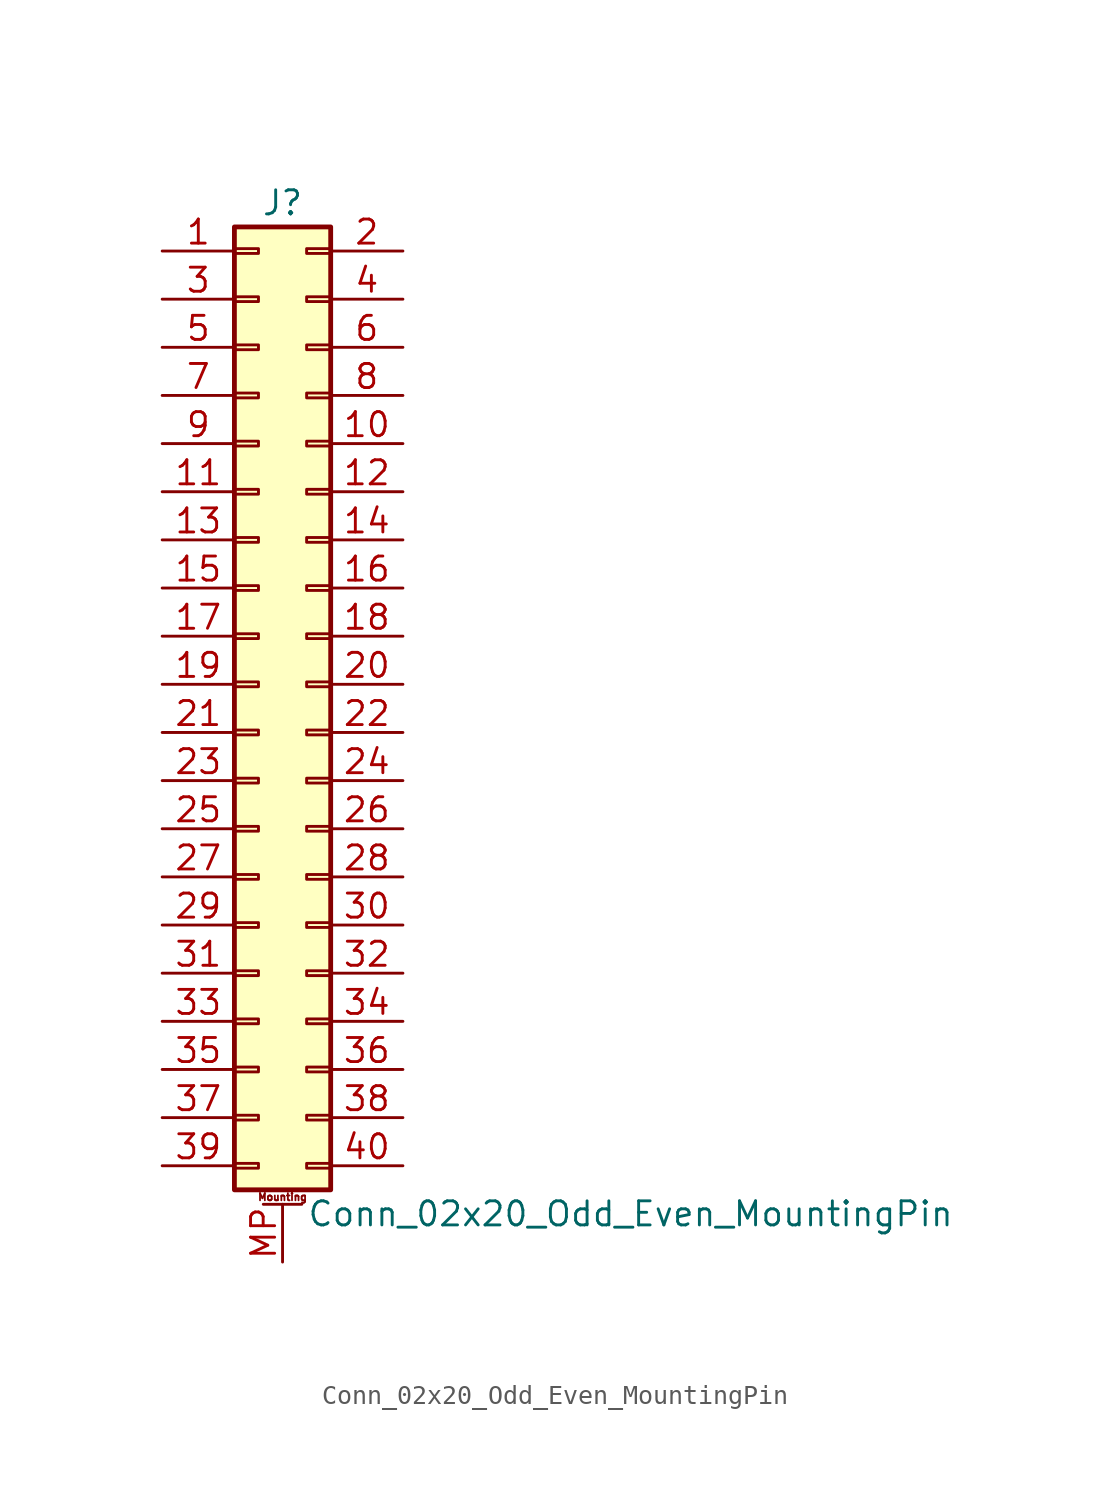
<source format=kicad_sym>
(kicad_symbol_lib
  (version 20201005)
  (generator kicad_symbol_editor)
  (symbol "Conn_02x20_Odd_Even_MountingPin"
    (pin_names
      (offset 1.016) hide)
    (property "Reference" "J"
      (at 1.27 25.4 0)
      (effects (font (size 1.27 1.27))))
    (property "Value" "Conn_02x20_Odd_Even_MountingPin"
      (at 2.54 -27.94 0)
      (effects (font (size 1.27 1.27)) (justify left)))
    (symbol "Conn_02x20_Odd_Even_MountingPin_1_1"
      (text "Mounting" (at 1.27 -27.051 0) (effects (font (size 0.381 0.381))))
      (rectangle (start -1.27 -25.273) (end 0 -25.527) (stroke (width 0.152)) (fill (type none)))
      (rectangle (start -1.27 -22.733) (end 0 -22.987) (stroke (width 0.152)) (fill (type none)))
      (rectangle (start -1.27 -20.193) (end 0 -20.447) (stroke (width 0.152)) (fill (type none)))
      (rectangle (start -1.27 -17.653) (end 0 -17.907) (stroke (width 0.152)) (fill (type none)))
      (rectangle (start -1.27 -15.113) (end 0 -15.367) (stroke (width 0.152)) (fill (type none)))
      (rectangle (start -1.27 -12.573) (end 0 -12.827) (stroke (width 0.152)) (fill (type none)))
      (rectangle (start -1.27 -10.033) (end 0 -10.287) (stroke (width 0.152)) (fill (type none)))
      (rectangle (start -1.27 -7.493) (end 0 -7.747) (stroke (width 0.152)) (fill (type none)))
      (rectangle (start -1.27 -4.953) (end 0 -5.207) (stroke (width 0.152)) (fill (type none)))
      (rectangle (start -1.27 -2.413) (end 0 -2.667) (stroke (width 0.152)) (fill (type none)))
      (rectangle (start -1.27 0.127) (end 0 -0.127) (stroke (width 0.152)) (fill (type none)))
      (rectangle (start -1.27 2.667) (end 0 2.413) (stroke (width 0.152)) (fill (type none)))
      (rectangle (start -1.27 5.207) (end 0 4.953) (stroke (width 0.152)) (fill (type none)))
      (rectangle (start -1.27 7.747) (end 0 7.493) (stroke (width 0.152)) (fill (type none)))
      (rectangle (start -1.27 10.287) (end 0 10.033) (stroke (width 0.152)) (fill (type none)))
      (rectangle (start -1.27 12.827) (end 0 12.573) (stroke (width 0.152)) (fill (type none)))
      (rectangle (start -1.27 15.367) (end 0 15.113) (stroke (width 0.152)) (fill (type none)))
      (rectangle (start -1.27 17.907) (end 0 17.653) (stroke (width 0.152)) (fill (type none)))
      (rectangle (start -1.27 20.447) (end 0 20.193) (stroke (width 0.152)) (fill (type none)))
      (rectangle (start -1.27 22.987) (end 0 22.733) (stroke (width 0.152)) (fill (type none)))
      (rectangle (start 3.81 -25.273) (end 2.54 -25.527) (stroke (width 0.152)) (fill (type none)))
      (rectangle (start 3.81 -22.733) (end 2.54 -22.987) (stroke (width 0.152)) (fill (type none)))
      (rectangle (start 3.81 -20.193) (end 2.54 -20.447) (stroke (width 0.152)) (fill (type none)))
      (rectangle (start 3.81 -17.653) (end 2.54 -17.907) (stroke (width 0.152)) (fill (type none)))
      (rectangle (start 3.81 -15.113) (end 2.54 -15.367) (stroke (width 0.152)) (fill (type none)))
      (rectangle (start 3.81 -12.573) (end 2.54 -12.827) (stroke (width 0.152)) (fill (type none)))
      (rectangle (start 3.81 -10.033) (end 2.54 -10.287) (stroke (width 0.152)) (fill (type none)))
      (rectangle (start 3.81 -7.493) (end 2.54 -7.747) (stroke (width 0.152)) (fill (type none)))
      (rectangle (start 3.81 -4.953) (end 2.54 -5.207) (stroke (width 0.152)) (fill (type none)))
      (rectangle (start 3.81 -2.413) (end 2.54 -2.667) (stroke (width 0.152)) (fill (type none)))
      (rectangle (start 3.81 0.127) (end 2.54 -0.127) (stroke (width 0.152)) (fill (type none)))
      (rectangle (start 3.81 2.667) (end 2.54 2.413) (stroke (width 0.152)) (fill (type none)))
      (rectangle (start 3.81 5.207) (end 2.54 4.953) (stroke (width 0.152)) (fill (type none)))
      (rectangle (start 3.81 7.747) (end 2.54 7.493) (stroke (width 0.152)) (fill (type none)))
      (rectangle (start 3.81 10.287) (end 2.54 10.033) (stroke (width 0.152)) (fill (type none)))
      (rectangle (start 3.81 12.827) (end 2.54 12.573) (stroke (width 0.152)) (fill (type none)))
      (rectangle (start 3.81 15.367) (end 2.54 15.113) (stroke (width 0.152)) (fill (type none)))
      (rectangle (start 3.81 17.907) (end 2.54 17.653) (stroke (width 0.152)) (fill (type none)))
      (rectangle (start 3.81 20.447) (end 2.54 20.193) (stroke (width 0.152)) (fill (type none)))
      (rectangle (start 3.81 22.987) (end 2.54 22.733) (stroke (width 0.152)) (fill (type none)))
      (rectangle (start -1.27 24.13) (end 3.81 -26.67) (stroke (width 0.254)) (fill (type background)))
      (polyline (pts (xy 0.254 -27.432) (xy 2.286 -27.432)) (stroke (width 0.152)) (fill (type none)))
      (pin passive line (at -5.08 22.86 0) (length 3.81) (name "Pin_1" (effects (font (size 1.27 1.27)))) (number "1" (effects (font (size 1.27 1.27)))))
      (pin passive line (at 7.62 12.7 180) (length 3.81) (name "Pin_10" (effects (font (size 1.27 1.27)))) (number "10" (effects (font (size 1.27 1.27)))))
      (pin passive line (at -5.08 10.16 0) (length 3.81) (name "Pin_11" (effects (font (size 1.27 1.27)))) (number "11" (effects (font (size 1.27 1.27)))))
      (pin passive line (at 7.62 10.16 180) (length 3.81) (name "Pin_12" (effects (font (size 1.27 1.27)))) (number "12" (effects (font (size 1.27 1.27)))))
      (pin passive line (at -5.08 7.62 0) (length 3.81) (name "Pin_13" (effects (font (size 1.27 1.27)))) (number "13" (effects (font (size 1.27 1.27)))))
      (pin passive line (at 7.62 7.62 180) (length 3.81) (name "Pin_14" (effects (font (size 1.27 1.27)))) (number "14" (effects (font (size 1.27 1.27)))))
      (pin passive line (at -5.08 5.08 0) (length 3.81) (name "Pin_15" (effects (font (size 1.27 1.27)))) (number "15" (effects (font (size 1.27 1.27)))))
      (pin passive line (at 7.62 5.08 180) (length 3.81) (name "Pin_16" (effects (font (size 1.27 1.27)))) (number "16" (effects (font (size 1.27 1.27)))))
      (pin passive line (at -5.08 2.54 0) (length 3.81) (name "Pin_17" (effects (font (size 1.27 1.27)))) (number "17" (effects (font (size 1.27 1.27)))))
      (pin passive line (at 7.62 2.54 180) (length 3.81) (name "Pin_18" (effects (font (size 1.27 1.27)))) (number "18" (effects (font (size 1.27 1.27)))))
      (pin passive line (at -5.08 0 0) (length 3.81) (name "Pin_19" (effects (font (size 1.27 1.27)))) (number "19" (effects (font (size 1.27 1.27)))))
      (pin passive line (at 7.62 22.86 180) (length 3.81) (name "Pin_2" (effects (font (size 1.27 1.27)))) (number "2" (effects (font (size 1.27 1.27)))))
      (pin passive line (at 7.62 0 180) (length 3.81) (name "Pin_20" (effects (font (size 1.27 1.27)))) (number "20" (effects (font (size 1.27 1.27)))))
      (pin passive line (at -5.08 -2.54 0) (length 3.81) (name "Pin_21" (effects (font (size 1.27 1.27)))) (number "21" (effects (font (size 1.27 1.27)))))
      (pin passive line (at 7.62 -2.54 180) (length 3.81) (name "Pin_22" (effects (font (size 1.27 1.27)))) (number "22" (effects (font (size 1.27 1.27)))))
      (pin passive line (at -5.08 -5.08 0) (length 3.81) (name "Pin_23" (effects (font (size 1.27 1.27)))) (number "23" (effects (font (size 1.27 1.27)))))
      (pin passive line (at 7.62 -5.08 180) (length 3.81) (name "Pin_24" (effects (font (size 1.27 1.27)))) (number "24" (effects (font (size 1.27 1.27)))))
      (pin passive line (at -5.08 -7.62 0) (length 3.81) (name "Pin_25" (effects (font (size 1.27 1.27)))) (number "25" (effects (font (size 1.27 1.27)))))
      (pin passive line (at 7.62 -7.62 180) (length 3.81) (name "Pin_26" (effects (font (size 1.27 1.27)))) (number "26" (effects (font (size 1.27 1.27)))))
      (pin passive line (at -5.08 -10.16 0) (length 3.81) (name "Pin_27" (effects (font (size 1.27 1.27)))) (number "27" (effects (font (size 1.27 1.27)))))
      (pin passive line (at 7.62 -10.16 180) (length 3.81) (name "Pin_28" (effects (font (size 1.27 1.27)))) (number "28" (effects (font (size 1.27 1.27)))))
      (pin passive line (at -5.08 -12.7 0) (length 3.81) (name "Pin_29" (effects (font (size 1.27 1.27)))) (number "29" (effects (font (size 1.27 1.27)))))
      (pin passive line (at -5.08 20.32 0) (length 3.81) (name "Pin_3" (effects (font (size 1.27 1.27)))) (number "3" (effects (font (size 1.27 1.27)))))
      (pin passive line (at 7.62 -12.7 180) (length 3.81) (name "Pin_30" (effects (font (size 1.27 1.27)))) (number "30" (effects (font (size 1.27 1.27)))))
      (pin passive line (at -5.08 -15.24 0) (length 3.81) (name "Pin_31" (effects (font (size 1.27 1.27)))) (number "31" (effects (font (size 1.27 1.27)))))
      (pin passive line (at 7.62 -15.24 180) (length 3.81) (name "Pin_32" (effects (font (size 1.27 1.27)))) (number "32" (effects (font (size 1.27 1.27)))))
      (pin passive line (at -5.08 -17.78 0) (length 3.81) (name "Pin_33" (effects (font (size 1.27 1.27)))) (number "33" (effects (font (size 1.27 1.27)))))
      (pin passive line (at 7.62 -17.78 180) (length 3.81) (name "Pin_34" (effects (font (size 1.27 1.27)))) (number "34" (effects (font (size 1.27 1.27)))))
      (pin passive line (at -5.08 -20.32 0) (length 3.81) (name "Pin_35" (effects (font (size 1.27 1.27)))) (number "35" (effects (font (size 1.27 1.27)))))
      (pin passive line (at 7.62 -20.32 180) (length 3.81) (name "Pin_36" (effects (font (size 1.27 1.27)))) (number "36" (effects (font (size 1.27 1.27)))))
      (pin passive line (at -5.08 -22.86 0) (length 3.81) (name "Pin_37" (effects (font (size 1.27 1.27)))) (number "37" (effects (font (size 1.27 1.27)))))
      (pin passive line (at 7.62 -22.86 180) (length 3.81) (name "Pin_38" (effects (font (size 1.27 1.27)))) (number "38" (effects (font (size 1.27 1.27)))))
      (pin passive line (at -5.08 -25.4 0) (length 3.81) (name "Pin_39" (effects (font (size 1.27 1.27)))) (number "39" (effects (font (size 1.27 1.27)))))
      (pin passive line (at 7.62 20.32 180) (length 3.81) (name "Pin_4" (effects (font (size 1.27 1.27)))) (number "4" (effects (font (size 1.27 1.27)))))
      (pin passive line (at 7.62 -25.4 180) (length 3.81) (name "Pin_40" (effects (font (size 1.27 1.27)))) (number "40" (effects (font (size 1.27 1.27)))))
      (pin passive line (at -5.08 17.78 0) (length 3.81) (name "Pin_5" (effects (font (size 1.27 1.27)))) (number "5" (effects (font (size 1.27 1.27)))))
      (pin passive line (at 7.62 17.78 180) (length 3.81) (name "Pin_6" (effects (font (size 1.27 1.27)))) (number "6" (effects (font (size 1.27 1.27)))))
      (pin passive line (at -5.08 15.24 0) (length 3.81) (name "Pin_7" (effects (font (size 1.27 1.27)))) (number "7" (effects (font (size 1.27 1.27)))))
      (pin passive line (at 7.62 15.24 180) (length 3.81) (name "Pin_8" (effects (font (size 1.27 1.27)))) (number "8" (effects (font (size 1.27 1.27)))))
      (pin passive line (at -5.08 12.7 0) (length 3.81) (name "Pin_9" (effects (font (size 1.27 1.27)))) (number "9" (effects (font (size 1.27 1.27)))))
      (pin passive line (at 1.27 -30.48 90) (length 3.048) (name "MountPin" (effects (font (size 1.27 1.27)))) (number "MP" (effects (font (size 1.27 1.27))))))))
</source>
